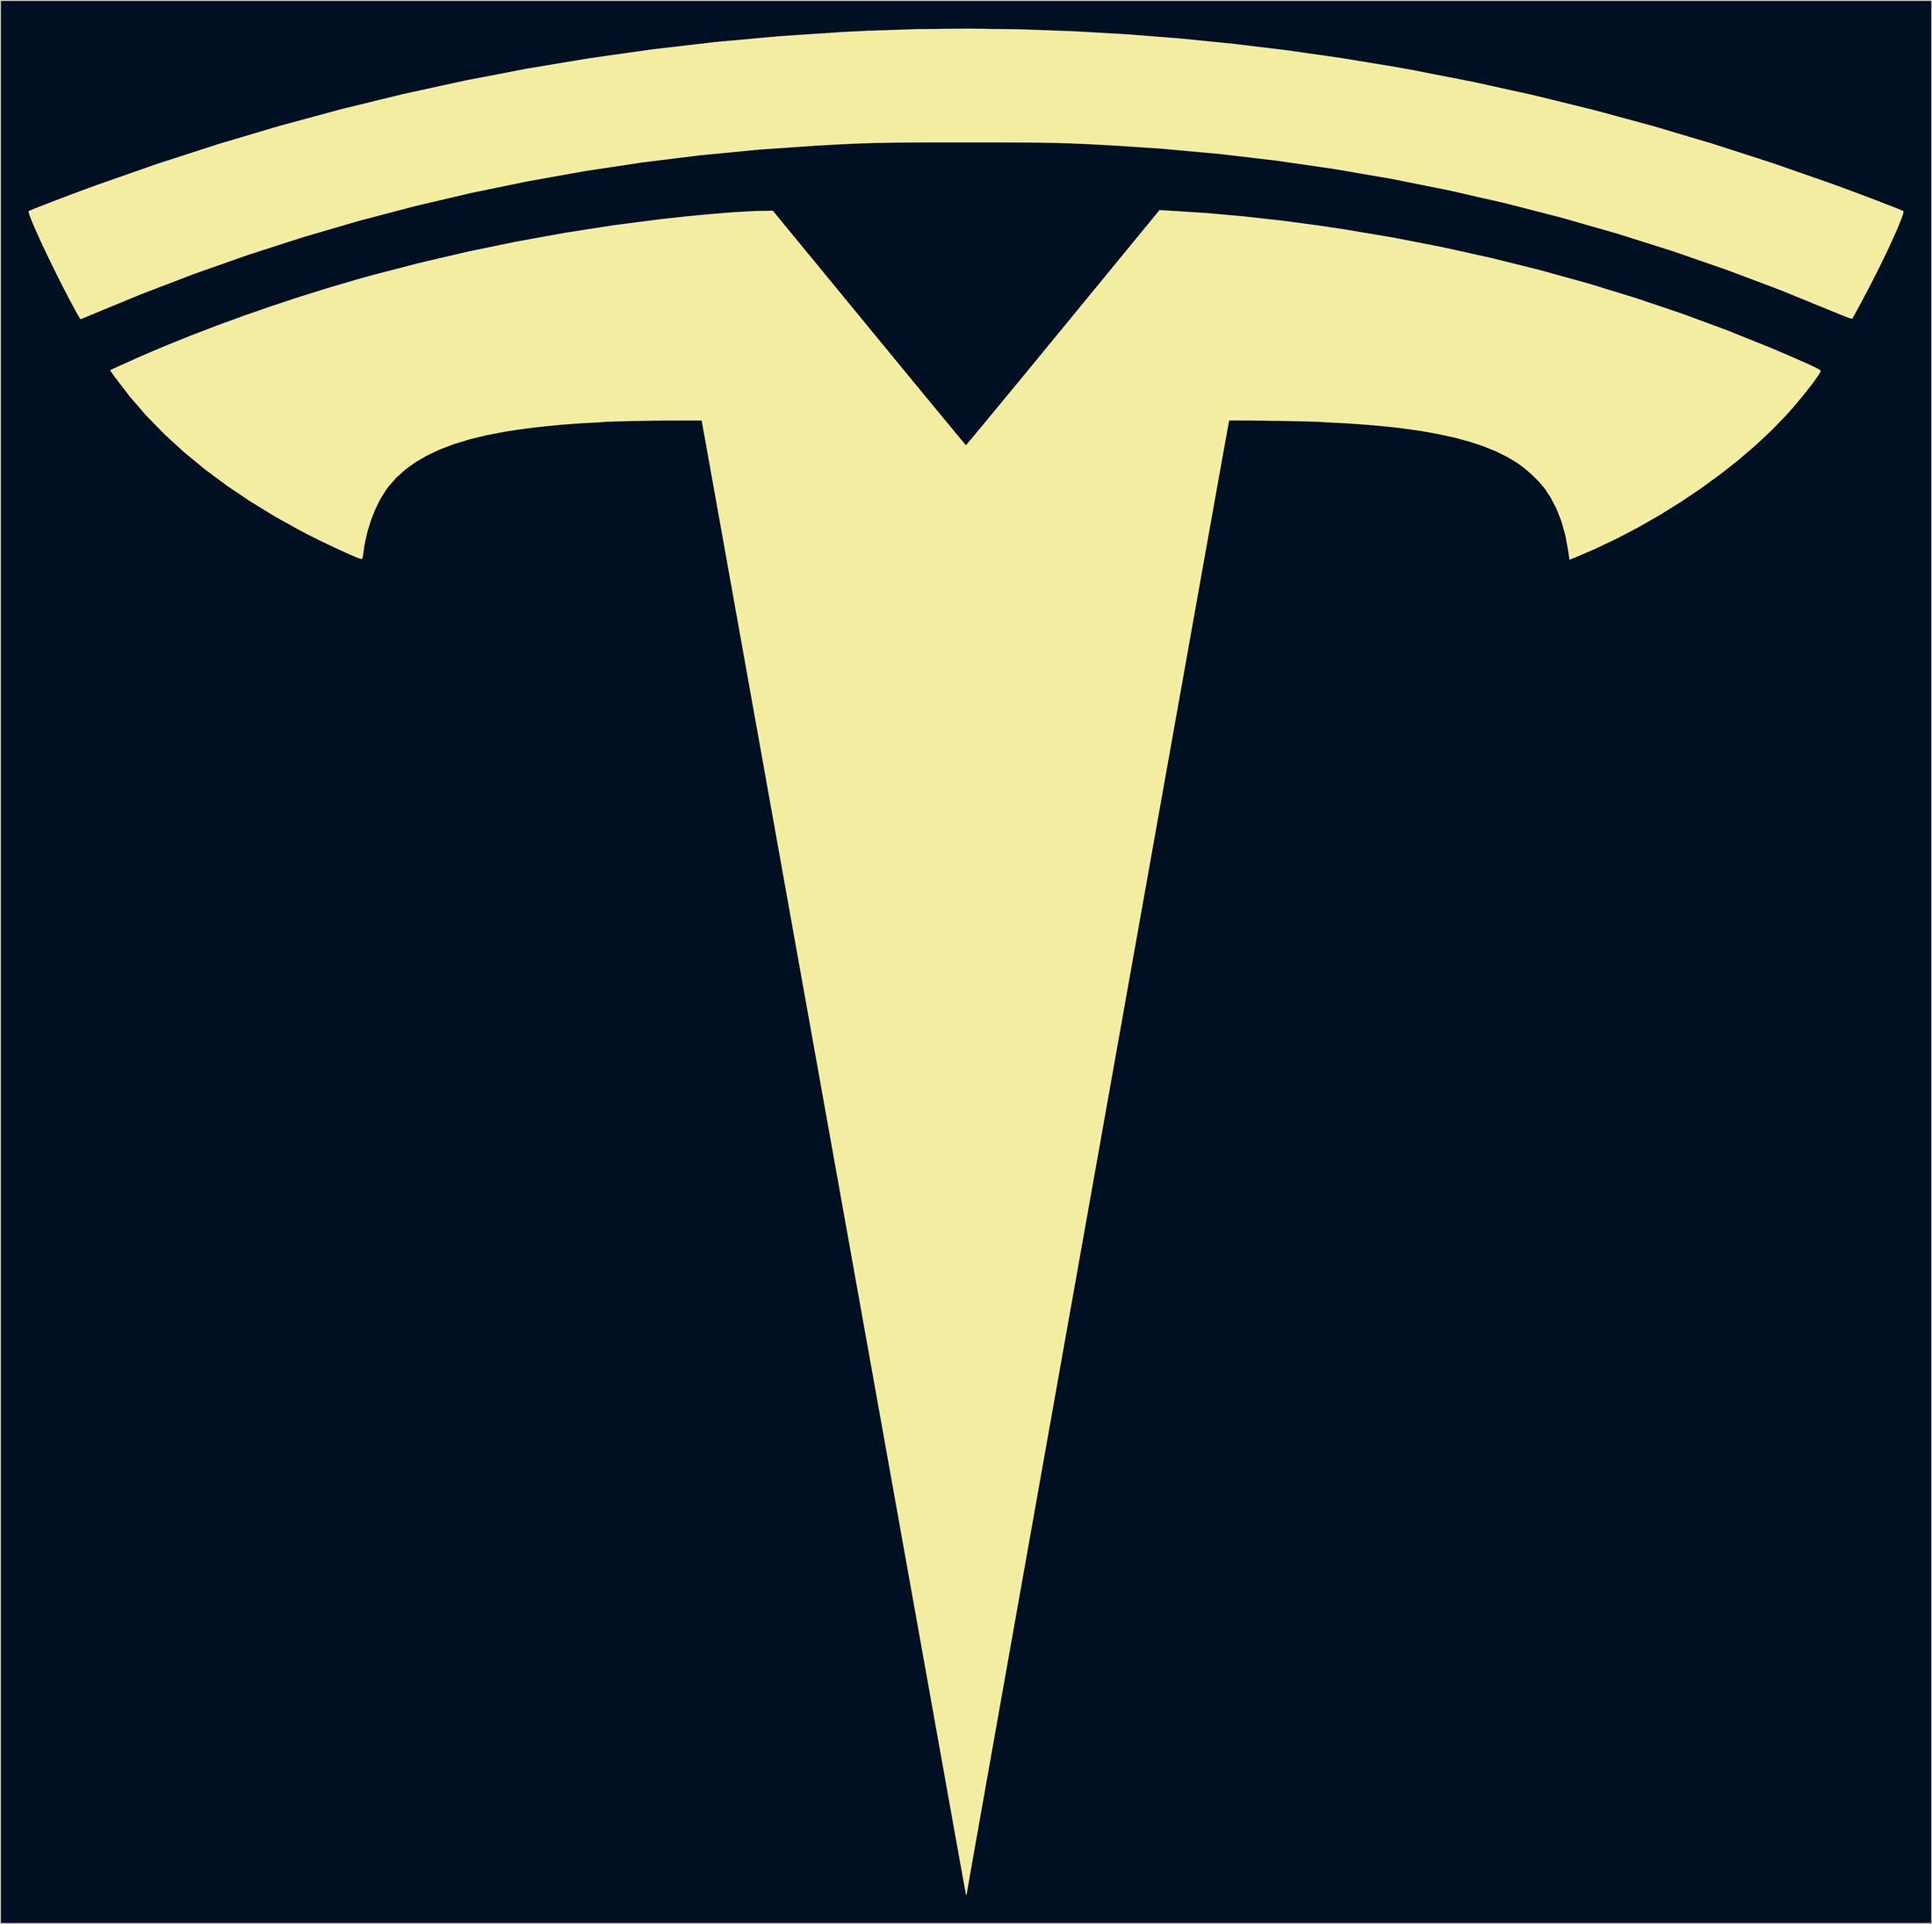
<source format=kicad_pcb>
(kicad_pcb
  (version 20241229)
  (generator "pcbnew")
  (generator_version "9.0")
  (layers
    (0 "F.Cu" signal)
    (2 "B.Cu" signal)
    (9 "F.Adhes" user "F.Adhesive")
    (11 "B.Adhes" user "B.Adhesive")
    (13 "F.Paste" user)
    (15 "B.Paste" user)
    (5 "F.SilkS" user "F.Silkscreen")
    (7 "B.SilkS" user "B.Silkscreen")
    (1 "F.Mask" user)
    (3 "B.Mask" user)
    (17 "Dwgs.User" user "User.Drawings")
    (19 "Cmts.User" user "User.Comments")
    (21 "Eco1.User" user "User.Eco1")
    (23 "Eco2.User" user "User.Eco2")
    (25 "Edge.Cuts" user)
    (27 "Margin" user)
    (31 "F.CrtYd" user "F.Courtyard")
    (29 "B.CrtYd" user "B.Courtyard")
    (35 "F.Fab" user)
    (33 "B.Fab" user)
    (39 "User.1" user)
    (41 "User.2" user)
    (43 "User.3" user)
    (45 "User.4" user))
  (footprint "tesla_20x20_F"
    (layer "F.Cu")
    (at 99.862 99.541)
    (property "Reference" "tesla_20x20_F" (at 0 0 0) (layer "F.SilkS") (effects (font (size 1.524 1.524) (thickness 0.3))))
    (attr through_hole)
    (fp_poly (pts (xy 5.923 -99.459) (xy 11.535 -99.256) (xy 17.193 -98.93) (xy 22.88 -98.481) (xy 28.58 -97.91) (xy 34.277 -97.219) (xy 39.955 -96.408) (xy 45.598 -95.48) (xy 47.556 -95.128) (xy 54.051 -93.858) (xy 60.488 -92.439) (xy 66.878 -90.868) (xy 73.236 -89.143) (xy 79.573 -87.26) (xy 85.901 -85.216) (xy 92.233 -83.006) (xy 92.668 -82.848) (xy 93.336 -82.604) (xy 94.048 -82.34) (xy 94.788 -82.064) (xy 95.537 -81.783) (xy 96.279 -81.502) (xy 96.995 -81.228) (xy 97.67 -80.969) (xy 98.285 -80.731) (xy 98.823 -80.52) (xy 99.266 -80.343) (xy 99.598 -80.207) (xy 99.802 -80.119) (xy 99.858 -80.088) (xy 99.864 -79.974) (xy 99.799 -79.722) (xy 99.668 -79.346) (xy 99.479 -78.859) (xy 99.235 -78.275) (xy 98.944 -77.606) (xy 98.611 -76.866) (xy 98.241 -76.068) (xy 97.841 -75.226) (xy 97.416 -74.354) (xy 97.146 -73.81) (xy 96.884 -73.291) (xy 96.593 -72.722) (xy 96.283 -72.123) (xy 95.966 -71.514) (xy 95.651 -70.915) (xy 95.349 -70.346) (xy 95.07 -69.826) (xy 94.826 -69.375) (xy 94.626 -69.013) (xy 94.482 -68.761) (xy 94.403 -68.637) (xy 94.399 -68.632) (xy 94.304 -68.642) (xy 94.075 -68.713) (xy 93.733 -68.837) (xy 93.3 -69.005) (xy 92.795 -69.211) (xy 92.483 -69.342) (xy 86.786 -71.67) (xy 81.027 -73.841) (xy 75.209 -75.855) (xy 69.335 -77.709) (xy 63.409 -79.405) (xy 57.433 -80.941) (xy 51.411 -82.316) (xy 45.347 -83.53) (xy 39.242 -84.581) (xy 33.1 -85.47) (xy 26.925 -86.195) (xy 20.72 -86.756) (xy 15.917 -87.076) (xy 14.944 -87.13) (xy 14.048 -87.178) (xy 13.213 -87.221) (xy 12.423 -87.258) (xy 11.663 -87.29) (xy 10.916 -87.318) (xy 10.166 -87.341) (xy 9.398 -87.361) (xy 8.595 -87.377) (xy 7.741 -87.39) (xy 6.821 -87.4) (xy 5.817 -87.407) (xy 4.715 -87.412) (xy 3.499 -87.416) (xy 2.151 -87.418) (xy 0.657 -87.418) (xy 0 -87.418) (xy -1.559 -87.418) (xy -2.965 -87.417) (xy -4.233 -87.414) (xy -5.38 -87.409) (xy -6.422 -87.403) (xy -7.374 -87.394) (xy -8.253 -87.382) (xy -9.075 -87.368) (xy -9.856 -87.35) (xy -10.611 -87.328) (xy -11.357 -87.302) (xy -12.11 -87.272) (xy -12.886 -87.236) (xy -13.7 -87.196) (xy -14.569 -87.15) (xy -15.509 -87.099) (xy -15.917 -87.076) (xy -22.125 -86.643) (xy -28.308 -86.047) (xy -34.462 -85.286) (xy -40.584 -84.363) (xy -46.669 -83.277) (xy -52.714 -82.031) (xy -58.714 -80.625) (xy -64.667 -79.059) (xy -70.568 -77.336) (xy -76.413 -75.454) (xy -82.199 -73.417) (xy -87.921 -71.223) (xy -92.667 -69.265) (xy -93.153 -69.06) (xy -93.585 -68.878) (xy -93.94 -68.732) (xy -94.194 -68.63) (xy -94.322 -68.582) (xy -94.332 -68.58) (xy -94.388 -68.651) (xy -94.509 -68.849) (xy -94.683 -69.15) (xy -94.896 -69.532) (xy -95.135 -69.972) (xy -95.149 -69.998) (xy -95.592 -70.834) (xy -96.043 -71.704) (xy -96.496 -72.594) (xy -96.945 -73.491) (xy -97.384 -74.383) (xy -97.806 -75.256) (xy -98.206 -76.096) (xy -98.577 -76.892) (xy -98.913 -77.629) (xy -99.208 -78.295) (xy -99.456 -78.876) (xy -99.651 -79.359) (xy -99.787 -79.731) (xy -99.857 -79.98) (xy -99.856 -80.091) (xy -99.856 -80.091) (xy -99.757 -80.14) (xy -99.516 -80.242) (xy -99.152 -80.39) (xy -98.681 -80.576) (xy -98.122 -80.794) (xy -97.49 -81.038) (xy -96.805 -81.301) (xy -96.082 -81.576) (xy -95.34 -81.857) (xy -94.597 -82.136) (xy -93.868 -82.407) (xy -93.173 -82.664) (xy -92.668 -82.848) (xy -86.166 -85.126) (xy -79.652 -87.234) (xy -73.121 -89.175) (xy -66.573 -90.949) (xy -60.003 -92.555) (xy -53.409 -93.996) (xy -46.789 -95.27) (xy -40.139 -96.379) (xy -33.457 -97.324) (xy -26.741 -98.105) (xy -19.986 -98.722) (xy -13.192 -99.176) (xy -10.479 -99.311) (xy -5.101 -99.487) (xy 0.372 -99.536) (xy 5.923 -99.459)) (stroke (width 0.01) (type solid)) (fill yes) (layer "F.SilkS"))
    (fp_poly (pts (xy 21.629 -80.142) (xy 25.56 -79.888) (xy 29.534 -79.537) (xy 33.577 -79.088) (xy 37.714 -78.538) (xy 40.09 -78.183) (xy 45.456 -77.281) (xy 50.769 -76.247) (xy 56.02 -75.083) (xy 61.2 -73.792) (xy 66.301 -72.377) (xy 71.312 -70.84) (xy 76.224 -69.184) (xy 81.03 -67.41) (xy 85.719 -65.523) (xy 86.995 -64.981) (xy 87.957 -64.566) (xy 88.77 -64.21) (xy 89.445 -63.91) (xy 89.988 -63.662) (xy 90.409 -63.461) (xy 90.717 -63.304) (xy 90.92 -63.186) (xy 91.028 -63.102) (xy 91.05 -63.059) (xy 90.99 -62.91) (xy 90.833 -62.651) (xy 90.591 -62.3) (xy 90.279 -61.872) (xy 89.91 -61.386) (xy 89.498 -60.86) (xy 89.055 -60.31) (xy 88.597 -59.754) (xy 88.135 -59.21) (xy 87.685 -58.694) (xy 87.4 -58.378) (xy 85.846 -56.767) (xy 84.139 -55.166) (xy 82.297 -53.587) (xy 80.338 -52.042) (xy 78.279 -50.542) (xy 76.136 -49.1) (xy 73.927 -47.725) (xy 71.67 -46.432) (xy 69.381 -45.23) (xy 67.078 -44.133) (xy 65.27 -43.351) (xy 64.289 -42.946) (xy 64.139 -43.973) (xy 63.839 -45.574) (xy 63.424 -47.052) (xy 62.891 -48.408) (xy 62.243 -49.642) (xy 61.645 -50.535) (xy 61.238 -51.031) (xy 60.727 -51.573) (xy 60.152 -52.121) (xy 59.557 -52.638) (xy 58.983 -53.082) (xy 58.757 -53.239) (xy 57.671 -53.893) (xy 56.466 -54.49) (xy 55.135 -55.031) (xy 53.673 -55.518) (xy 52.073 -55.953) (xy 50.331 -56.337) (xy 48.439 -56.672) (xy 46.392 -56.96) (xy 45.551 -57.06) (xy 44.566 -57.163) (xy 43.481 -57.263) (xy 42.352 -57.355) (xy 41.235 -57.435) (xy 40.185 -57.499) (xy 39.455 -57.534) (xy 38.994 -57.555) (xy 38.574 -57.577) (xy 38.234 -57.597) (xy 38.013 -57.614) (xy 37.973 -57.619) (xy 37.798 -57.632) (xy 37.481 -57.647) (xy 37.041 -57.662) (xy 36.496 -57.677) (xy 35.864 -57.693) (xy 35.164 -57.708) (xy 34.413 -57.723) (xy 33.63 -57.737) (xy 32.832 -57.75) (xy 32.039 -57.762) (xy 31.269 -57.772) (xy 30.538 -57.781) (xy 29.867 -57.787) (xy 29.272 -57.79) (xy 28.772 -57.791) (xy 28.386 -57.789) (xy 28.131 -57.784) (xy 28.026 -57.775) (xy 28.024 -57.774) (xy 28.007 -57.689) (xy 27.962 -57.442) (xy 27.888 -57.037) (xy 27.787 -56.478) (xy 27.659 -55.771) (xy 27.506 -54.919) (xy 27.328 -53.927) (xy 27.125 -52.799) (xy 26.9 -51.54) (xy 26.652 -50.155) (xy 26.382 -48.647) (xy 26.091 -47.021) (xy 25.78 -45.281) (xy 25.45 -43.433) (xy 25.101 -41.48) (xy 24.734 -39.427) (xy 24.351 -37.278) (xy 23.951 -35.038) (xy 23.536 -32.711) (xy 23.106 -30.301) (xy 22.662 -27.814) (xy 22.205 -25.253) (xy 21.736 -22.623) (xy 21.256 -19.929) (xy 20.764 -17.174) (xy 20.263 -14.364) (xy 19.753 -11.502) (xy 19.235 -8.593) (xy 18.709 -5.642) (xy 18.176 -2.653) (xy 17.638 0.37) (xy 17.094 3.422) (xy 16.546 6.499) (xy 15.994 9.595) (xy 15.44 12.708) (xy 14.883 15.832) (xy 14.326 18.963) (xy 13.768 22.097) (xy 13.21 25.228) (xy 12.654 28.354) (xy 12.099 31.468) (xy 11.548 34.567) (xy 10.999 37.647) (xy 10.456 40.702) (xy 9.917 43.729) (xy 9.384 46.723) (xy 8.858 49.679) (xy 8.34 52.594) (xy 7.83 55.462) (xy 7.329 58.279) (xy 6.837 61.042) (xy 6.357 63.744) (xy 5.888 66.383) (xy 5.431 68.953) (xy 4.987 71.45) (xy 4.557 73.87) (xy 4.142 76.208) (xy 3.742 78.46) (xy 3.358 80.621) (xy 2.991 82.686) (xy 2.642 84.653) (xy 2.311 86.515) (xy 2 88.269) (xy 1.709 89.91) (xy 1.439 91.434) (xy 1.191 92.835) (xy 0.965 94.111) (xy 0.763 95.256) (xy 0.585 96.266) (xy 0.431 97.137) (xy 0.304 97.863) (xy 0.202 98.441) (xy 0.128 98.867) (xy 0.082 99.135) (xy 0.067 99.229) (xy 0.042 99.365) (xy 0.017 99.352) (xy -0.024 99.187) (xy -0.046 99.073) (xy -0.096 98.803) (xy -0.172 98.387) (xy -0.273 97.834) (xy -0.396 97.156) (xy -0.539 96.362) (xy -0.701 95.462) (xy -0.88 94.467) (xy -1.074 93.387) (xy -1.282 92.232) (xy -1.5 91.012) (xy -1.729 89.738) (xy -1.965 88.42) (xy -1.985 88.307) (xy -2.211 87.042) (xy -2.464 85.627) (xy -2.741 84.08) (xy -3.039 82.417) (xy -3.354 80.657) (xy -3.684 78.816) (xy -4.025 76.911) (xy -4.374 74.96) (xy -4.729 72.98) (xy -5.086 70.987) (xy -5.442 69) (xy -5.794 67.035) (xy -6.139 65.11) (xy -6.474 63.241) (xy -6.731 61.807) (xy -7.039 60.086) (xy -7.35 58.349) (xy -7.662 56.608) (xy -7.973 54.876) (xy -8.279 53.165) (xy -8.579 51.489) (xy -8.871 49.86) (xy -9.152 48.291) (xy -9.42 46.795) (xy -9.673 45.385) (xy -9.908 44.073) (xy -10.123 42.873) (xy -10.316 41.796) (xy -10.485 40.856) (xy -10.626 40.066) (xy -10.668 39.836) (xy -10.79 39.154) (xy -10.94 38.317) (xy -11.115 37.336) (xy -11.315 36.221) (xy -11.537 34.983) (xy -11.779 33.634) (xy -12.038 32.185) (xy -12.314 30.646) (xy -12.604 29.029) (xy -12.906 27.345) (xy -13.217 25.604) (xy -13.537 23.819) (xy -13.863 21.999) (xy -14.194 20.157) (xy -14.526 18.302) (xy -14.858 16.447) (xy -15.112 15.028) (xy -15.467 13.048) (xy -15.837 10.986) (xy -16.218 8.859) (xy -16.608 6.683) (xy -17.003 4.476) (xy -17.401 2.254) (xy -17.799 0.033) (xy -18.194 -2.17) (xy -18.583 -4.338) (xy -18.962 -6.455) (xy -19.329 -8.505) (xy -19.681 -10.47) (xy -20.015 -12.334) (xy -20.328 -14.081) (xy -20.617 -15.693) (xy -20.87 -17.103) (xy -21.183 -18.849) (xy -21.517 -20.714) (xy -21.868 -22.674) (xy -22.232 -24.705) (xy -22.605 -26.785) (xy -22.982 -28.89) (xy -23.359 -30.995) (xy -23.732 -33.079) (xy -24.098 -35.117) (xy -24.45 -37.087) (xy -24.787 -38.964) (xy -25.102 -40.726) (xy -25.393 -42.349) (xy -25.443 -42.63) (xy -25.7 -44.066) (xy -25.953 -45.476) (xy -26.198 -46.847) (xy -26.435 -48.169) (xy -26.661 -49.431) (xy -26.875 -50.622) (xy -27.074 -51.731) (xy -27.256 -52.748) (xy -27.42 -53.661) (xy -27.563 -54.46) (xy -27.684 -55.133) (xy -27.78 -55.67) (xy -27.851 -56.061) (xy -27.887 -56.261) (xy -28.163 -57.785) (xy -30.782 -57.785) (xy -31.431 -57.783) (xy -32.149 -57.778) (xy -32.914 -57.77) (xy -33.707 -57.759) (xy -34.506 -57.746) (xy -35.293 -57.731) (xy -36.046 -57.715) (xy -36.745 -57.698) (xy -37.37 -57.681) (xy -37.9 -57.664) (xy -38.316 -57.647) (xy -38.596 -57.631) (xy -38.699 -57.621) (xy -38.857 -57.605) (xy -39.146 -57.585) (xy -39.529 -57.563) (xy -39.969 -57.541) (xy -40.09 -57.535) (xy -41.624 -57.447) (xy -43.232 -57.321) (xy -44.861 -57.163) (xy -46.463 -56.978) (xy -47.986 -56.772) (xy -49.086 -56.599) (xy -51.056 -56.223) (xy -52.873 -55.781) (xy -54.539 -55.272) (xy -56.056 -54.696) (xy -57.429 -54.049) (xy -58.66 -53.331) (xy -59.752 -52.541) (xy -60.708 -51.677) (xy -61.531 -50.736) (xy -61.798 -50.376) (xy -62.397 -49.415) (xy -62.935 -48.326) (xy -63.401 -47.142) (xy -63.782 -45.896) (xy -64.068 -44.621) (xy -64.226 -43.54) (xy -64.268 -43.266) (xy -64.32 -43.075) (xy -64.366 -43.011) (xy -64.516 -43.047) (xy -64.798 -43.151) (xy -65.194 -43.313) (xy -65.685 -43.525) (xy -66.251 -43.778) (xy -66.875 -44.064) (xy -67.536 -44.373) (xy -68.217 -44.696) (xy -68.899 -45.026) (xy -69.562 -45.354) (xy -70.188 -45.67) (xy -70.758 -45.966) (xy -70.793 -45.985) (xy -73.611 -47.551) (xy -76.279 -49.183) (xy -78.794 -50.88) (xy -81.157 -52.641) (xy -83.365 -54.464) (xy -85.419 -56.35) (xy -87.317 -58.297) (xy -89.058 -60.305) (xy -90.642 -62.373) (xy -90.788 -62.578) (xy -91.184 -63.138) (xy -90.402 -63.501) (xy -87.939 -64.611) (xy -85.33 -65.721) (xy -82.599 -66.823) (xy -79.771 -67.908) (xy -76.868 -68.967) (xy -73.916 -69.992) (xy -70.937 -70.975) (xy -67.955 -71.906) (xy -64.995 -72.777) (xy -63.204 -73.278) (xy -58.155 -74.588) (xy -53.041 -75.779) (xy -47.89 -76.844) (xy -42.731 -77.779) (xy -37.592 -78.578) (xy -32.502 -79.236) (xy -31.708 -79.326) (xy -30.157 -79.493) (xy -28.657 -79.643) (xy -27.224 -79.775) (xy -25.876 -79.888) (xy -24.629 -79.981) (xy -23.5 -80.051) (xy -22.506 -80.098) (xy -21.744 -80.119) (xy -20.586 -80.137) (xy -10.328 -67.649) (xy -9.286 -66.38) (xy -8.272 -65.147) (xy -7.292 -63.955) (xy -6.352 -62.812) (xy -5.455 -61.722) (xy -4.608 -60.694) (xy -3.816 -59.732) (xy -3.084 -58.844) (xy -2.417 -58.036) (xy -1.82 -57.313) (xy -1.299 -56.683) (xy -0.859 -56.153) (xy -0.506 -55.727) (xy -0.244 -55.412) (xy -0.078 -55.216) (xy -0.014 -55.144) (xy -0.014 -55.144) (xy 0.044 -55.207) (xy 0.205 -55.394) (xy 0.463 -55.7) (xy 0.812 -56.117) (xy 1.247 -56.641) (xy 1.764 -57.264) (xy 2.357 -57.979) (xy 3.02 -58.782) (xy 3.749 -59.665) (xy 4.538 -60.622) (xy 5.382 -61.646) (xy 6.276 -62.733) (xy 7.215 -63.874) (xy 8.193 -65.064) (xy 9.205 -66.296) (xy 10.246 -67.564) (xy 10.326 -67.662) (xy 20.609 -80.196) (xy 21.629 -80.142)) (stroke (width 0.01) (type solid)) (fill yes) (layer "F.SilkS")))
  (gr_rect
    (start -3 -3)
    (end 202.731 201.911)
    (stroke (width 0.1) (type default))
    (fill no)
    (layer "Edge.Cuts")))
</source>
